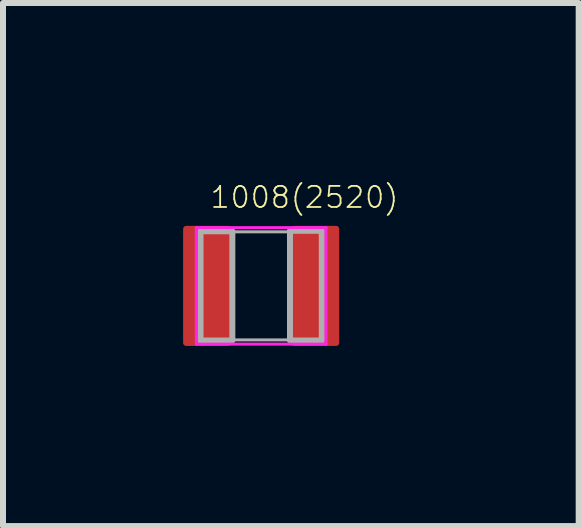
<source format=kicad_pcb>
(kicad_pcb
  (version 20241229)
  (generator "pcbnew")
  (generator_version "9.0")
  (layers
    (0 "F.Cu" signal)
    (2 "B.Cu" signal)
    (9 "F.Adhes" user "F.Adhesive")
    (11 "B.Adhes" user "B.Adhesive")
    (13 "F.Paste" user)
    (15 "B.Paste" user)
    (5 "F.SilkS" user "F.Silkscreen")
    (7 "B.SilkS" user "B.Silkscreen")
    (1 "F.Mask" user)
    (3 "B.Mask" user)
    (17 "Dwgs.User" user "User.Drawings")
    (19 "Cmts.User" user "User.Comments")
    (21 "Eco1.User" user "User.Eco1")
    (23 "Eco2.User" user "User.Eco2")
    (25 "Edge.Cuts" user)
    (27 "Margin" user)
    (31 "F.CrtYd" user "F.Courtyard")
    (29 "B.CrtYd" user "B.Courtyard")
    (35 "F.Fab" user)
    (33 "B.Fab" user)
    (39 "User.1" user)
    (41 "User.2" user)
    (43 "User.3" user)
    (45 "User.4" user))
  (footprint "1008(2520)"
    (layer "F.Cu")
    (at 1.3 1.712)
    (property "Reference" "1008(2520)" (at -0.87 -1.27 0) (unlocked yes) (layer "F.SilkS") (effects (font (size 0.351 0.351) (thickness 0.03)) (justify left bottom)))
    (fp_line (start -1.08 -0.97) (end -1.08 0.97) (stroke (width 0.05) (type solid)) (layer "F.CrtYd"))
    (fp_line (start -1.08 0.97) (end 1.08 0.97) (stroke (width 0.05) (type solid)) (layer "F.CrtYd"))
    (fp_line (start 1.08 -0.97) (end -1.08 -0.97) (stroke (width 0.05) (type solid)) (layer "F.CrtYd"))
    (fp_line (start 1.08 0.97) (end 1.08 -0.97) (stroke (width 0.05) (type solid)) (layer "F.CrtYd"))
    (fp_line (start -1 -0.9) (end -1 0.9) (stroke (width 0.05) (type solid)) (layer "F.Fab"))
    (fp_line (start -1 0.9) (end 1 0.9) (stroke (width 0.05) (type solid)) (layer "F.Fab"))
    (fp_line (start 1 -0.9) (end -1 -0.9) (stroke (width 0.05) (type solid)) (layer "F.Fab"))
    (fp_line (start 1 0.9) (end 1 -0.9) (stroke (width 0.05) (type solid)) (layer "F.Fab"))
    (fp_poly (pts (xy -1.01 0.91) (xy -0.48 0.91) (xy -0.48 -0.91) (xy -1.01 -0.91)) (stroke (width 0.1) (type default)) (fill no) (layer "F.Fab"))
    (fp_poly (pts (xy 0.48 0.91) (xy 1.01 0.91) (xy 1.01 -0.92) (xy 0.48 -0.92)) (stroke (width 0.1) (type default)) (fill no) (layer "F.Fab"))
    (pad "1" smd roundrect (at -0.9 0 90) (size 2 0.8) (layers "F.Cu" "F.Mask" "F.Paste") (roundrect_rratio 0.064))
    (pad "2" smd roundrect (at 0.9 0 90) (size 2 0.8) (layers "F.Cu" "F.Mask" "F.Paste") (roundrect_rratio 0.064)))
  (gr_rect
    (start -3 -3)
    (end 6.589 5.712)
    (stroke (width 0.1) (type default))
    (fill no)
    (layer "Edge.Cuts")))
</source>
